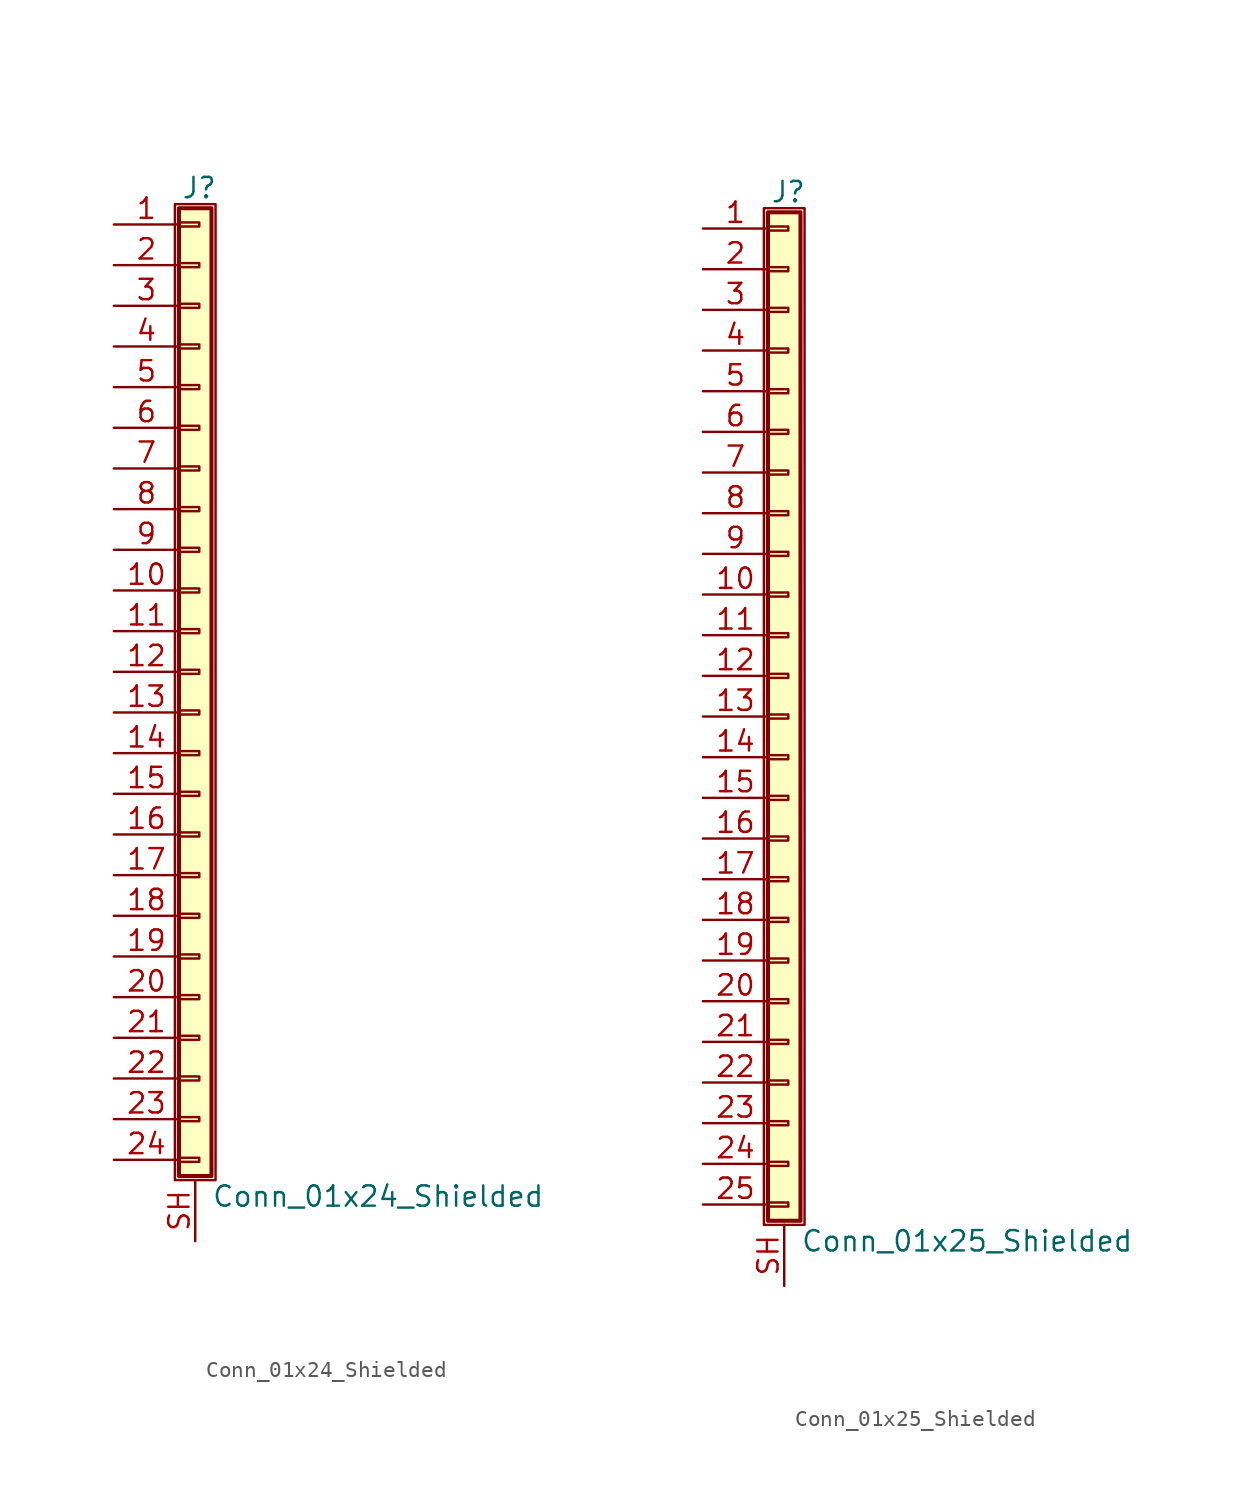
<source format=kicad_sym>
(kicad_symbol_lib
  (version 20201005)
  (generator kicad_symbol_editor)
  (symbol "Connector_Generic_Shielded:Conn_01x24_Shielded"
    (pin_names
      (offset 1.016) hide)
    (property "Reference" "J"
      (at 0.254 30.226 0)
      (effects (font (size 1.27 1.27))))
    (property "Value" "Conn_01x24_Shielded"
      (at 1.016 -32.766 0)
      (effects (font (size 1.27 1.27)) (justify left)))
    (symbol "Conn_01x24_Shielded_1_1"
      (rectangle (start -1.016 -27.813) (end 0.254 -28.067) (stroke (width 0.152)) (fill (type none)))
      (rectangle (start -1.016 -30.353) (end 0.254 -30.607) (stroke (width 0.152)) (fill (type none)))
      (rectangle (start -1.016 -4.953) (end 0.254 -5.207) (stroke (width 0.152)) (fill (type none)))
      (rectangle (start -1.016 -7.493) (end 0.254 -7.747) (stroke (width 0.152)) (fill (type none)))
      (rectangle (start -1.016 -10.033) (end 0.254 -10.287) (stroke (width 0.152)) (fill (type none)))
      (rectangle (start -1.016 -12.573) (end 0.254 -12.827) (stroke (width 0.152)) (fill (type none)))
      (rectangle (start -1.016 -15.113) (end 0.254 -15.367) (stroke (width 0.152)) (fill (type none)))
      (rectangle (start -1.016 -17.653) (end 0.254 -17.907) (stroke (width 0.152)) (fill (type none)))
      (rectangle (start -1.016 -20.193) (end 0.254 -20.447) (stroke (width 0.152)) (fill (type none)))
      (rectangle (start -1.016 -22.733) (end 0.254 -22.987) (stroke (width 0.152)) (fill (type none)))
      (rectangle (start -1.016 -2.413) (end 0.254 -2.667) (stroke (width 0.152)) (fill (type none)))
      (rectangle (start -1.016 -25.273) (end 0.254 -25.527) (stroke (width 0.152)) (fill (type none)))
      (rectangle (start -1.016 25.527) (end 0.254 25.273) (stroke (width 0.152)) (fill (type none)))
      (rectangle (start -1.016 2.667) (end 0.254 2.413) (stroke (width 0.152)) (fill (type none)))
      (rectangle (start -1.016 28.067) (end 0.254 27.813) (stroke (width 0.152)) (fill (type none)))
      (rectangle (start -1.016 28.956) (end 1.016 -31.496) (stroke (width 0.254)) (fill (type background)))
      (rectangle (start -1.016 5.207) (end 0.254 4.953) (stroke (width 0.152)) (fill (type none)))
      (rectangle (start -1.016 7.747) (end 0.254 7.493) (stroke (width 0.152)) (fill (type none)))
      (rectangle (start -1.016 10.287) (end 0.254 10.033) (stroke (width 0.152)) (fill (type none)))
      (rectangle (start -1.016 0.127) (end 0.254 -0.127) (stroke (width 0.152)) (fill (type none)))
      (rectangle (start -1.016 12.827) (end 0.254 12.573) (stroke (width 0.152)) (fill (type none)))
      (rectangle (start -1.016 15.367) (end 0.254 15.113) (stroke (width 0.152)) (fill (type none)))
      (rectangle (start -1.016 17.907) (end 0.254 17.653) (stroke (width 0.152)) (fill (type none)))
      (rectangle (start -1.016 20.447) (end 0.254 20.193) (stroke (width 0.152)) (fill (type none)))
      (rectangle (start -1.016 22.987) (end 0.254 22.733) (stroke (width 0.152)) (fill (type none)))
      (rectangle (start -1.27 29.21) (end 1.27 -31.75) (stroke (width 0.152)) (fill (type none)))
      (pin passive line (at -5.08 27.94 0) (length 4.064) (name "Pin_1" (effects (font (size 1.27 1.27)))) (number "1" (effects (font (size 1.27 1.27)))))
      (pin passive line (at -5.08 5.08 0) (length 4.064) (name "Pin_10" (effects (font (size 1.27 1.27)))) (number "10" (effects (font (size 1.27 1.27)))))
      (pin passive line (at -5.08 2.54 0) (length 4.064) (name "Pin_11" (effects (font (size 1.27 1.27)))) (number "11" (effects (font (size 1.27 1.27)))))
      (pin passive line (at -5.08 0 0) (length 4.064) (name "Pin_12" (effects (font (size 1.27 1.27)))) (number "12" (effects (font (size 1.27 1.27)))))
      (pin passive line (at -5.08 -2.54 0) (length 4.064) (name "Pin_13" (effects (font (size 1.27 1.27)))) (number "13" (effects (font (size 1.27 1.27)))))
      (pin passive line (at -5.08 -5.08 0) (length 4.064) (name "Pin_14" (effects (font (size 1.27 1.27)))) (number "14" (effects (font (size 1.27 1.27)))))
      (pin passive line (at -5.08 -7.62 0) (length 4.064) (name "Pin_15" (effects (font (size 1.27 1.27)))) (number "15" (effects (font (size 1.27 1.27)))))
      (pin passive line (at -5.08 -10.16 0) (length 4.064) (name "Pin_16" (effects (font (size 1.27 1.27)))) (number "16" (effects (font (size 1.27 1.27)))))
      (pin passive line (at -5.08 -12.7 0) (length 4.064) (name "Pin_17" (effects (font (size 1.27 1.27)))) (number "17" (effects (font (size 1.27 1.27)))))
      (pin passive line (at -5.08 -15.24 0) (length 4.064) (name "Pin_18" (effects (font (size 1.27 1.27)))) (number "18" (effects (font (size 1.27 1.27)))))
      (pin passive line (at -5.08 -17.78 0) (length 4.064) (name "Pin_19" (effects (font (size 1.27 1.27)))) (number "19" (effects (font (size 1.27 1.27)))))
      (pin passive line (at -5.08 25.4 0) (length 4.064) (name "Pin_2" (effects (font (size 1.27 1.27)))) (number "2" (effects (font (size 1.27 1.27)))))
      (pin passive line (at -5.08 -20.32 0) (length 4.064) (name "Pin_20" (effects (font (size 1.27 1.27)))) (number "20" (effects (font (size 1.27 1.27)))))
      (pin passive line (at -5.08 -22.86 0) (length 4.064) (name "Pin_21" (effects (font (size 1.27 1.27)))) (number "21" (effects (font (size 1.27 1.27)))))
      (pin passive line (at -5.08 -25.4 0) (length 4.064) (name "Pin_22" (effects (font (size 1.27 1.27)))) (number "22" (effects (font (size 1.27 1.27)))))
      (pin passive line (at -5.08 -27.94 0) (length 4.064) (name "Pin_23" (effects (font (size 1.27 1.27)))) (number "23" (effects (font (size 1.27 1.27)))))
      (pin passive line (at -5.08 -30.48 0) (length 4.064) (name "Pin_24" (effects (font (size 1.27 1.27)))) (number "24" (effects (font (size 1.27 1.27)))))
      (pin passive line (at -5.08 22.86 0) (length 4.064) (name "Pin_3" (effects (font (size 1.27 1.27)))) (number "3" (effects (font (size 1.27 1.27)))))
      (pin passive line (at -5.08 20.32 0) (length 4.064) (name "Pin_4" (effects (font (size 1.27 1.27)))) (number "4" (effects (font (size 1.27 1.27)))))
      (pin passive line (at -5.08 17.78 0) (length 4.064) (name "Pin_5" (effects (font (size 1.27 1.27)))) (number "5" (effects (font (size 1.27 1.27)))))
      (pin passive line (at -5.08 15.24 0) (length 4.064) (name "Pin_6" (effects (font (size 1.27 1.27)))) (number "6" (effects (font (size 1.27 1.27)))))
      (pin passive line (at -5.08 12.7 0) (length 4.064) (name "Pin_7" (effects (font (size 1.27 1.27)))) (number "7" (effects (font (size 1.27 1.27)))))
      (pin passive line (at -5.08 10.16 0) (length 4.064) (name "Pin_8" (effects (font (size 1.27 1.27)))) (number "8" (effects (font (size 1.27 1.27)))))
      (pin passive line (at -5.08 7.62 0) (length 4.064) (name "Pin_9" (effects (font (size 1.27 1.27)))) (number "9" (effects (font (size 1.27 1.27)))))
      (pin passive line (at 0 -35.56 90) (length 3.81) (name "Shield" (effects (font (size 1.27 1.27)))) (number "SH" (effects (font (size 1.27 1.27)))))))
  (symbol "Connector_Generic_Shielded:Conn_01x25_Shielded"
    (pin_names
      (offset 1.016) hide)
    (property "Reference" "J"
      (at 0.254 32.766 0)
      (effects (font (size 1.27 1.27))))
    (property "Value" "Conn_01x25_Shielded"
      (at 1.016 -32.766 0)
      (effects (font (size 1.27 1.27)) (justify left)))
    (symbol "Conn_01x25_Shielded_1_1"
      (rectangle (start -1.016 -27.813) (end 0.254 -28.067) (stroke (width 0.152)) (fill (type none)))
      (rectangle (start -1.016 -30.353) (end 0.254 -30.607) (stroke (width 0.152)) (fill (type none)))
      (rectangle (start -1.016 -4.953) (end 0.254 -5.207) (stroke (width 0.152)) (fill (type none)))
      (rectangle (start -1.016 -7.493) (end 0.254 -7.747) (stroke (width 0.152)) (fill (type none)))
      (rectangle (start -1.016 -10.033) (end 0.254 -10.287) (stroke (width 0.152)) (fill (type none)))
      (rectangle (start -1.016 -12.573) (end 0.254 -12.827) (stroke (width 0.152)) (fill (type none)))
      (rectangle (start -1.016 -15.113) (end 0.254 -15.367) (stroke (width 0.152)) (fill (type none)))
      (rectangle (start -1.016 -17.653) (end 0.254 -17.907) (stroke (width 0.152)) (fill (type none)))
      (rectangle (start -1.016 -20.193) (end 0.254 -20.447) (stroke (width 0.152)) (fill (type none)))
      (rectangle (start -1.016 -22.733) (end 0.254 -22.987) (stroke (width 0.152)) (fill (type none)))
      (rectangle (start -1.016 -2.413) (end 0.254 -2.667) (stroke (width 0.152)) (fill (type none)))
      (rectangle (start -1.016 -25.273) (end 0.254 -25.527) (stroke (width 0.152)) (fill (type none)))
      (rectangle (start -1.016 25.527) (end 0.254 25.273) (stroke (width 0.152)) (fill (type none)))
      (rectangle (start -1.016 2.667) (end 0.254 2.413) (stroke (width 0.152)) (fill (type none)))
      (rectangle (start -1.016 28.067) (end 0.254 27.813) (stroke (width 0.152)) (fill (type none)))
      (rectangle (start -1.016 30.607) (end 0.254 30.353) (stroke (width 0.152)) (fill (type none)))
      (rectangle (start -1.016 31.496) (end 1.016 -31.496) (stroke (width 0.254)) (fill (type background)))
      (rectangle (start -1.016 5.207) (end 0.254 4.953) (stroke (width 0.152)) (fill (type none)))
      (rectangle (start -1.016 7.747) (end 0.254 7.493) (stroke (width 0.152)) (fill (type none)))
      (rectangle (start -1.016 10.287) (end 0.254 10.033) (stroke (width 0.152)) (fill (type none)))
      (rectangle (start -1.016 0.127) (end 0.254 -0.127) (stroke (width 0.152)) (fill (type none)))
      (rectangle (start -1.016 12.827) (end 0.254 12.573) (stroke (width 0.152)) (fill (type none)))
      (rectangle (start -1.016 15.367) (end 0.254 15.113) (stroke (width 0.152)) (fill (type none)))
      (rectangle (start -1.016 17.907) (end 0.254 17.653) (stroke (width 0.152)) (fill (type none)))
      (rectangle (start -1.016 20.447) (end 0.254 20.193) (stroke (width 0.152)) (fill (type none)))
      (rectangle (start -1.016 22.987) (end 0.254 22.733) (stroke (width 0.152)) (fill (type none)))
      (rectangle (start -1.27 31.75) (end 1.27 -31.75) (stroke (width 0.152)) (fill (type none)))
      (pin passive line (at -5.08 30.48 0) (length 4.064) (name "Pin_1" (effects (font (size 1.27 1.27)))) (number "1" (effects (font (size 1.27 1.27)))))
      (pin passive line (at -5.08 7.62 0) (length 4.064) (name "Pin_10" (effects (font (size 1.27 1.27)))) (number "10" (effects (font (size 1.27 1.27)))))
      (pin passive line (at -5.08 5.08 0) (length 4.064) (name "Pin_11" (effects (font (size 1.27 1.27)))) (number "11" (effects (font (size 1.27 1.27)))))
      (pin passive line (at -5.08 2.54 0) (length 4.064) (name "Pin_12" (effects (font (size 1.27 1.27)))) (number "12" (effects (font (size 1.27 1.27)))))
      (pin passive line (at -5.08 0 0) (length 4.064) (name "Pin_13" (effects (font (size 1.27 1.27)))) (number "13" (effects (font (size 1.27 1.27)))))
      (pin passive line (at -5.08 -2.54 0) (length 4.064) (name "Pin_14" (effects (font (size 1.27 1.27)))) (number "14" (effects (font (size 1.27 1.27)))))
      (pin passive line (at -5.08 -5.08 0) (length 4.064) (name "Pin_15" (effects (font (size 1.27 1.27)))) (number "15" (effects (font (size 1.27 1.27)))))
      (pin passive line (at -5.08 -7.62 0) (length 4.064) (name "Pin_16" (effects (font (size 1.27 1.27)))) (number "16" (effects (font (size 1.27 1.27)))))
      (pin passive line (at -5.08 -10.16 0) (length 4.064) (name "Pin_17" (effects (font (size 1.27 1.27)))) (number "17" (effects (font (size 1.27 1.27)))))
      (pin passive line (at -5.08 -12.7 0) (length 4.064) (name "Pin_18" (effects (font (size 1.27 1.27)))) (number "18" (effects (font (size 1.27 1.27)))))
      (pin passive line (at -5.08 -15.24 0) (length 4.064) (name "Pin_19" (effects (font (size 1.27 1.27)))) (number "19" (effects (font (size 1.27 1.27)))))
      (pin passive line (at -5.08 27.94 0) (length 4.064) (name "Pin_2" (effects (font (size 1.27 1.27)))) (number "2" (effects (font (size 1.27 1.27)))))
      (pin passive line (at -5.08 -17.78 0) (length 4.064) (name "Pin_20" (effects (font (size 1.27 1.27)))) (number "20" (effects (font (size 1.27 1.27)))))
      (pin passive line (at -5.08 -20.32 0) (length 4.064) (name "Pin_21" (effects (font (size 1.27 1.27)))) (number "21" (effects (font (size 1.27 1.27)))))
      (pin passive line (at -5.08 -22.86 0) (length 4.064) (name "Pin_22" (effects (font (size 1.27 1.27)))) (number "22" (effects (font (size 1.27 1.27)))))
      (pin passive line (at -5.08 -25.4 0) (length 4.064) (name "Pin_23" (effects (font (size 1.27 1.27)))) (number "23" (effects (font (size 1.27 1.27)))))
      (pin passive line (at -5.08 -27.94 0) (length 4.064) (name "Pin_24" (effects (font (size 1.27 1.27)))) (number "24" (effects (font (size 1.27 1.27)))))
      (pin passive line (at -5.08 -30.48 0) (length 4.064) (name "Pin_25" (effects (font (size 1.27 1.27)))) (number "25" (effects (font (size 1.27 1.27)))))
      (pin passive line (at -5.08 25.4 0) (length 4.064) (name "Pin_3" (effects (font (size 1.27 1.27)))) (number "3" (effects (font (size 1.27 1.27)))))
      (pin passive line (at -5.08 22.86 0) (length 4.064) (name "Pin_4" (effects (font (size 1.27 1.27)))) (number "4" (effects (font (size 1.27 1.27)))))
      (pin passive line (at -5.08 20.32 0) (length 4.064) (name "Pin_5" (effects (font (size 1.27 1.27)))) (number "5" (effects (font (size 1.27 1.27)))))
      (pin passive line (at -5.08 17.78 0) (length 4.064) (name "Pin_6" (effects (font (size 1.27 1.27)))) (number "6" (effects (font (size 1.27 1.27)))))
      (pin passive line (at -5.08 15.24 0) (length 4.064) (name "Pin_7" (effects (font (size 1.27 1.27)))) (number "7" (effects (font (size 1.27 1.27)))))
      (pin passive line (at -5.08 12.7 0) (length 4.064) (name "Pin_8" (effects (font (size 1.27 1.27)))) (number "8" (effects (font (size 1.27 1.27)))))
      (pin passive line (at -5.08 10.16 0) (length 4.064) (name "Pin_9" (effects (font (size 1.27 1.27)))) (number "9" (effects (font (size 1.27 1.27)))))
      (pin passive line (at 0 -35.56 90) (length 3.81) (name "Shield" (effects (font (size 1.27 1.27)))) (number "SH" (effects (font (size 1.27 1.27))))))))
</source>
